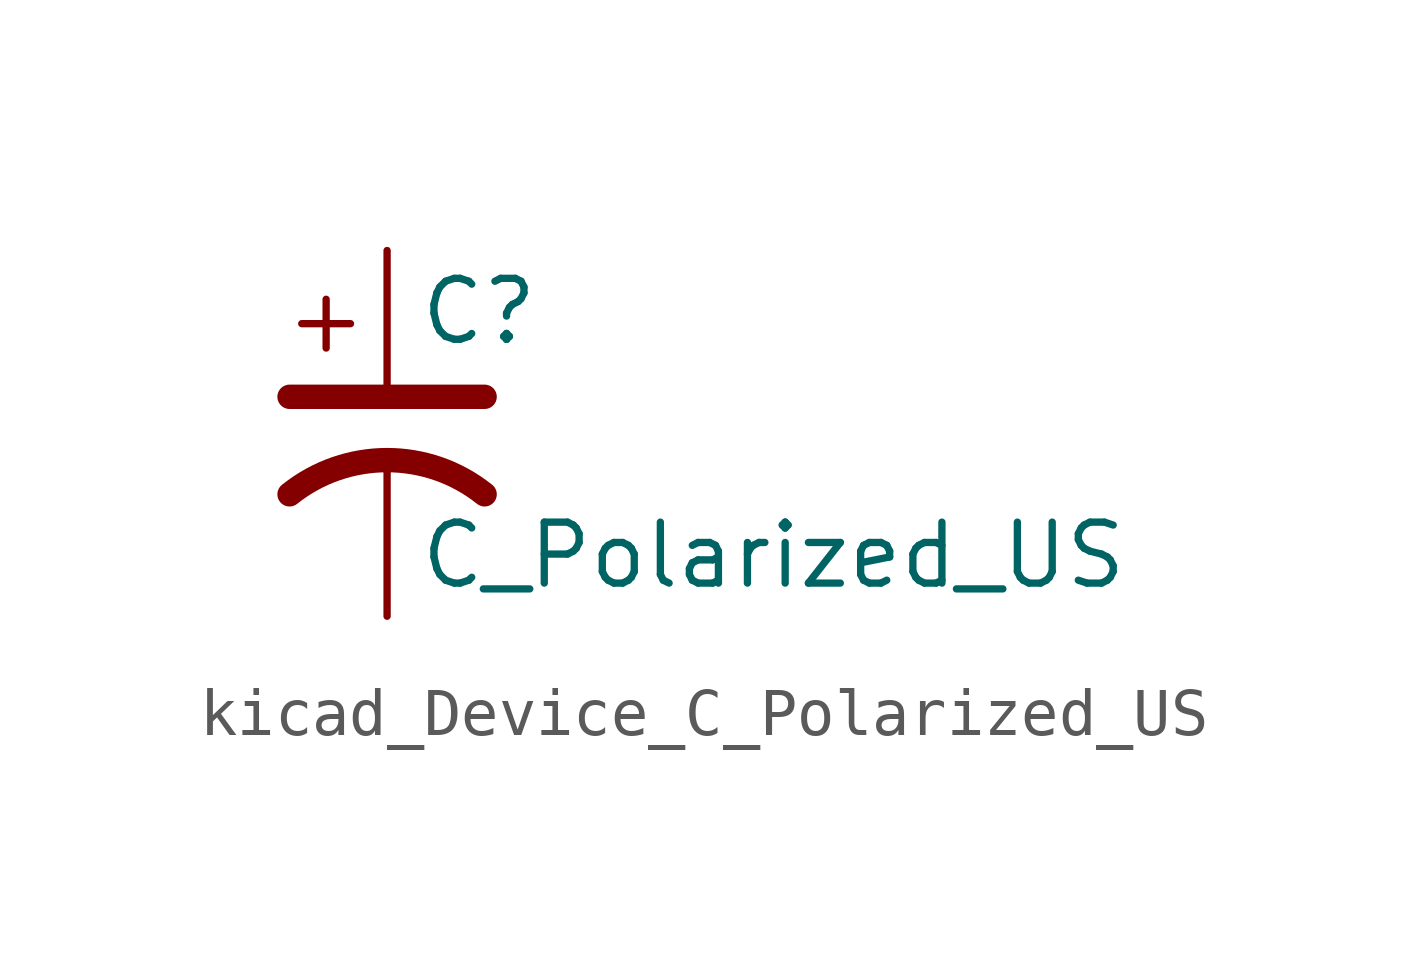
<source format=kicad_sym>
(kicad_symbol_lib
  (version 20220914)
  (generator kicad_symbol_editor)
  (symbol "kicad_Device_C_Polarized_US"
    (pin_numbers hide)
    (pin_names
      (offset 0.254) hide)
    (property "Reference" "C"
      (at 0.635 2.54 0)
      (effects (font (size 1.27 1.27)) (justify left)))
    (property "Value" "C_Polarized_US"
      (at 0.635 -2.54 0)
      (effects (font (size 1.27 1.27)) (justify left)))
    (symbol "kicad_Device_C_Polarized_US_0_1"
      (polyline (pts (xy -2.032 0.762) (xy 2.032 0.762)) (stroke (width 0.508) (type default)) (fill (type none)))
      (polyline (pts (xy -1.778 2.286) (xy -0.762 2.286)) (stroke (width 0) (type default)) (fill (type none)))
      (polyline (pts (xy -1.27 1.778) (xy -1.27 2.794)) (stroke (width 0) (type default)) (fill (type none)))
      (arc (start 2.032 -1.27) (mid 0 -0.5572) (end -2.032 -1.27) (stroke (width 0.508) (type default)) (fill (type none))))
    (symbol "kicad_Device_C_Polarized_US_1_1"
      (pin passive line (at 0 3.81 270) (length 2.794) (name "~" (effects (font (size 1.27 1.27)))) (number "1" (effects (font (size 1.27 1.27)))))
      (pin passive line (at 0 -3.81 90) (length 3.302) (name "~" (effects (font (size 1.27 1.27)))) (number "2" (effects (font (size 1.27 1.27))))))))
</source>
